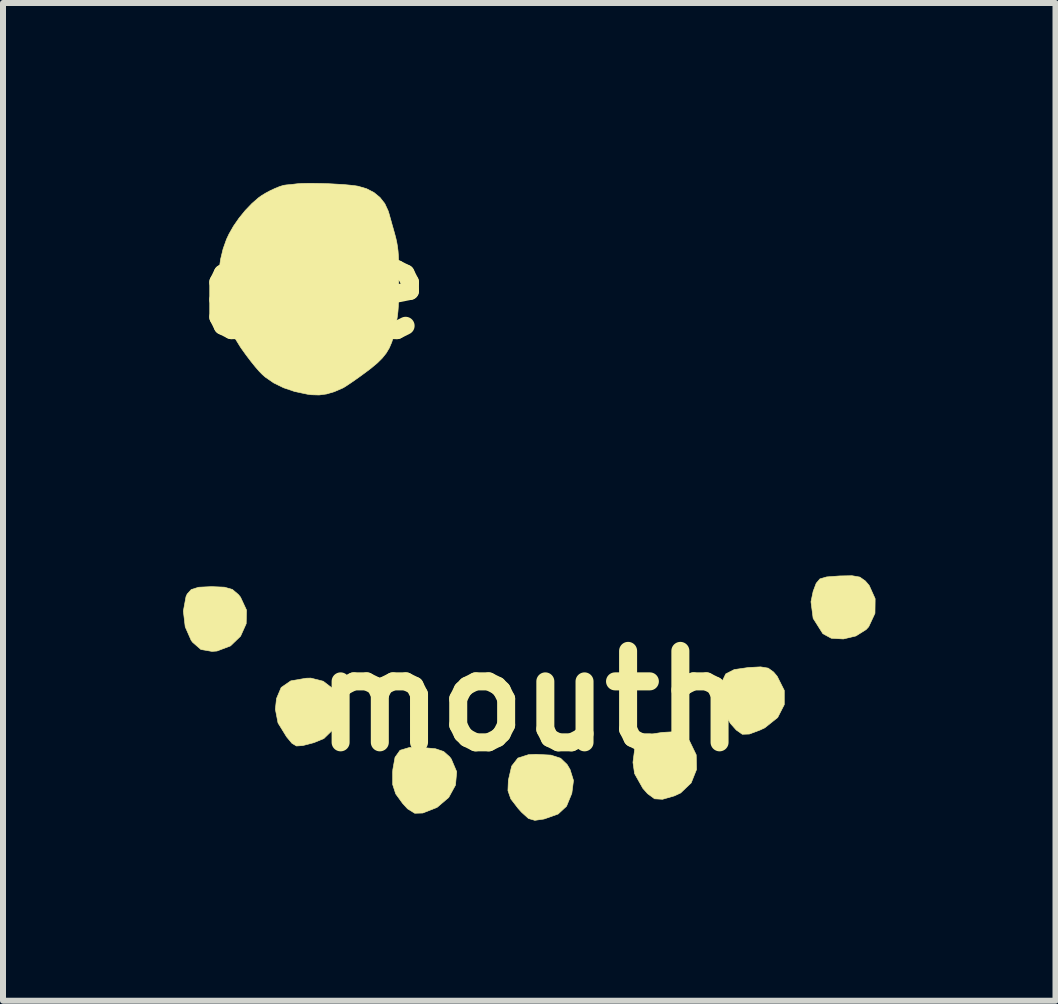
<source format=kicad_pcb>
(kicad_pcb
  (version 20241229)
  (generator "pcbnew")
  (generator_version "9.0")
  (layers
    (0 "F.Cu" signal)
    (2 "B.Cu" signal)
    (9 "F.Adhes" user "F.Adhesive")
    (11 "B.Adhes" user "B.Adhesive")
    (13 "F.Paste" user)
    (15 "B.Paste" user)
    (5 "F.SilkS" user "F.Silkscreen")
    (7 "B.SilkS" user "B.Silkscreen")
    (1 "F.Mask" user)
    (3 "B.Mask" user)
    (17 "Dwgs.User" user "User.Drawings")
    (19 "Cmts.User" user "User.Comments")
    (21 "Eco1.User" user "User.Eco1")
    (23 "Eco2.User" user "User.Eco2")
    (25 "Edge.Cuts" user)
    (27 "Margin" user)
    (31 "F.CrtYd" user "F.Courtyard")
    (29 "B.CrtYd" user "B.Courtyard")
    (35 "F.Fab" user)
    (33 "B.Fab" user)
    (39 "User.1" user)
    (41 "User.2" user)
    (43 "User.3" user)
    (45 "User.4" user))
  (footprint "eye"
    (layer "F.Cu")
    (at 2.184 1.761)
    (property "Reference" "eye" (at 0 0 0) (layer "F.SilkS") (effects (font (size 1.524 1.524) (thickness 0.3))))
    (attr through_hole)
    (fp_poly (pts (xy -0.005 -1.756) (xy 0.118 -1.754) (xy 0.246 -1.75) (xy 0.373 -1.743) (xy 0.493 -1.736) (xy 0.599 -1.726) (xy 0.685 -1.716) (xy 0.73 -1.709) (xy 0.873 -1.667) (xy 0.996 -1.604) (xy 1.097 -1.521) (xy 1.177 -1.419) (xy 1.234 -1.296) (xy 1.247 -1.254) (xy 1.261 -1.204) (xy 1.28 -1.137) (xy 1.301 -1.061) (xy 1.314 -1.016) (xy 1.34 -0.924) (xy 1.361 -0.845) (xy 1.377 -0.772) (xy 1.389 -0.702) (xy 1.398 -0.629) (xy 1.404 -0.547) (xy 1.408 -0.453) (xy 1.409 -0.341) (xy 1.41 -0.206) (xy 1.41 -0.149) (xy 1.41 -0.003) (xy 1.408 0.118) (xy 1.406 0.218) (xy 1.402 0.302) (xy 1.397 0.373) (xy 1.39 0.437) (xy 1.384 0.478) (xy 1.357 0.639) (xy 1.328 0.774) (xy 1.294 0.888) (xy 1.252 0.987) (xy 1.2 1.074) (xy 1.135 1.155) (xy 1.056 1.234) (xy 0.958 1.316) (xy 0.916 1.349) (xy 0.842 1.404) (xy 0.763 1.462) (xy 0.684 1.518) (xy 0.61 1.569) (xy 0.546 1.612) (xy 0.497 1.643) (xy 0.475 1.655) (xy 0.336 1.715) (xy 0.208 1.753) (xy 0.083 1.77) (xy -0.046 1.766) (xy -0.112 1.757) (xy -0.322 1.713) (xy -0.508 1.65) (xy -0.672 1.57) (xy -0.814 1.472) (xy -0.86 1.432) (xy -0.915 1.376) (xy -0.981 1.3) (xy -1.055 1.208) (xy -1.134 1.104) (xy -1.213 0.994) (xy -1.231 0.967) (xy -1.36 0.757) (xy -1.461 0.542) (xy -1.534 0.324) (xy -1.579 0.103) (xy -1.595 -0.117) (xy -1.587 -0.295) (xy -1.559 -0.49) (xy -1.517 -0.664) (xy -1.46 -0.824) (xy -1.419 -0.911) (xy -1.344 -1.043) (xy -1.252 -1.176) (xy -1.148 -1.304) (xy -1.038 -1.419) (xy -0.928 -1.515) (xy -0.881 -1.549) (xy -0.811 -1.592) (xy -0.733 -1.634) (xy -0.651 -1.672) (xy -0.575 -1.703) (xy -0.51 -1.723) (xy -0.463 -1.73) (xy -0.44 -1.732) (xy -0.394 -1.736) (xy -0.333 -1.743) (xy -0.284 -1.749) (xy -0.212 -1.754) (xy -0.117 -1.756) (xy -0.005 -1.756)) (stroke (width 0.01) (type solid)) (fill yes) (layer "F.SilkS")))
  (footprint "mouth"
    (layer "F.Cu")
    (at 5.782 8.629)
    (property "Reference" "mouth" (at 0 0 0) (layer "F.SilkS") (effects (font (size 1.524 1.524) (thickness 0.3))))
    (attr through_hole)
    (fp_poly (pts (xy 2.52 0.538) (xy 2.612 0.614) (xy 2.657 0.668) (xy 2.768 0.898) (xy 2.773 1.142) (xy 2.684 1.365) (xy 2.508 1.533) (xy 2.405 1.581) (xy 2.207 1.638) (xy 2.074 1.63) (xy 1.957 1.544) (xy 1.879 1.456) (xy 1.741 1.211) (xy 1.714 1.023) (xy 1.745 0.784) (xy 1.847 0.632) (xy 2.041 0.549) (xy 2.202 0.524) (xy 2.399 0.513) (xy 2.52 0.538)) (stroke (width 0.01) (type solid)) (fill yes) (layer "F.SilkS"))
    (fp_poly (pts (xy 3.967 -0.547) (xy 4.057 -0.482) (xy 4.117 -0.411) (xy 4.235 -0.176) (xy 4.235 0.061) (xy 4.125 0.276) (xy 3.912 0.446) (xy 3.835 0.483) (xy 3.653 0.551) (xy 3.536 0.555) (xy 3.435 0.484) (xy 3.339 0.376) (xy 3.211 0.162) (xy 3.176 -0.084) (xy 3.193 -0.313) (xy 3.26 -0.451) (xy 3.401 -0.523) (xy 3.635 -0.557) (xy 3.841 -0.568) (xy 3.967 -0.547)) (stroke (width 0.01) (type solid)) (fill yes) (layer "F.SilkS"))
    (fp_poly (pts (xy -3.447 -0.329) (xy -3.274 -0.196) (xy -3.165 -0.015) (xy -3.151 0.179) (xy -3.151 0.179) (xy -3.258 0.452) (xy -3.436 0.626) (xy -3.603 0.695) (xy -3.787 0.743) (xy -3.893 0.75) (xy -3.968 0.705) (xy -4.056 0.599) (xy -4.057 0.598) (xy -4.2 0.366) (xy -4.244 0.138) (xy -4.225 -0.04) (xy -4.147 -0.225) (xy -3.987 -0.335) (xy -3.731 -0.379) (xy -3.653 -0.381) (xy -3.447 -0.329)) (stroke (width 0.01) (type solid)) (fill yes) (layer "F.SilkS"))
    (fp_poly (pts (xy -1.577 0.796) (xy -1.44 0.842) (xy -1.34 0.931) (xy -1.313 0.967) (xy -1.223 1.179) (xy -1.243 1.402) (xy -1.356 1.608) (xy -1.551 1.774) (xy -1.788 1.867) (xy -1.922 1.871) (xy -2.04 1.798) (xy -2.122 1.709) (xy -2.239 1.548) (xy -2.289 1.394) (xy -2.29 1.189) (xy -2.287 1.143) (xy -2.25 0.938) (xy -2.167 0.822) (xy -2.01 0.775) (xy -1.796 0.775) (xy -1.577 0.796)) (stroke (width 0.01) (type solid)) (fill yes) (layer "F.SilkS"))
    (fp_poly (pts (xy 5.494 -2.064) (xy 5.586 -1.999) (xy 5.65 -1.924) (xy 5.749 -1.704) (xy 5.746 -1.46) (xy 5.642 -1.237) (xy 5.599 -1.19) (xy 5.429 -1.083) (xy 5.219 -1.033) (xy 5.018 -1.045) (xy 4.878 -1.121) (xy 4.716 -1.377) (xy 4.68 -1.653) (xy 4.716 -1.826) (xy 4.767 -1.961) (xy 4.829 -2.034) (xy 4.942 -2.067) (xy 5.142 -2.082) (xy 5.152 -2.083) (xy 5.364 -2.087) (xy 5.494 -2.064)) (stroke (width 0.01) (type solid)) (fill yes) (layer "F.SilkS"))
    (fp_poly (pts (xy -5.093 -1.896) (xy -4.96 -1.858) (xy -4.86 -1.773) (xy -4.825 -1.73) (xy -4.725 -1.515) (xy -4.73 -1.288) (xy -4.824 -1.079) (xy -4.992 -0.917) (xy -5.217 -0.832) (xy -5.301 -0.826) (xy -5.485 -0.858) (xy -5.623 -0.978) (xy -5.647 -1.01) (xy -5.746 -1.235) (xy -5.777 -1.498) (xy -5.733 -1.738) (xy -5.713 -1.782) (xy -5.645 -1.857) (xy -5.522 -1.895) (xy -5.31 -1.905) (xy -5.305 -1.905) (xy -5.093 -1.896)) (stroke (width 0.01) (type solid)) (fill yes) (layer "F.SilkS"))
    (fp_poly (pts (xy 0.347 0.902) (xy 0.508 0.954) (xy 0.617 1.059) (xy 0.666 1.142) (xy 0.723 1.325) (xy 0.696 1.534) (xy 0.695 1.54) (xy 0.607 1.754) (xy 0.467 1.884) (xy 0.238 1.965) (xy 0.225 1.968) (xy 0.079 1.989) (xy -0.027 1.958) (xy -0.142 1.854) (xy -0.197 1.793) (xy -0.321 1.632) (xy -0.369 1.494) (xy -0.362 1.321) (xy -0.362 1.321) (xy -0.307 1.085) (xy -0.203 0.951) (xy -0.027 0.895) (xy 0.098 0.889) (xy 0.347 0.902)) (stroke (width 0.01) (type solid)) (fill yes) (layer "F.SilkS")))
  (gr_rect
    (start -3 -3)
    (end 14.536 13.623)
    (stroke (width 0.1) (type default))
    (fill no)
    (layer "Edge.Cuts")))
</source>
